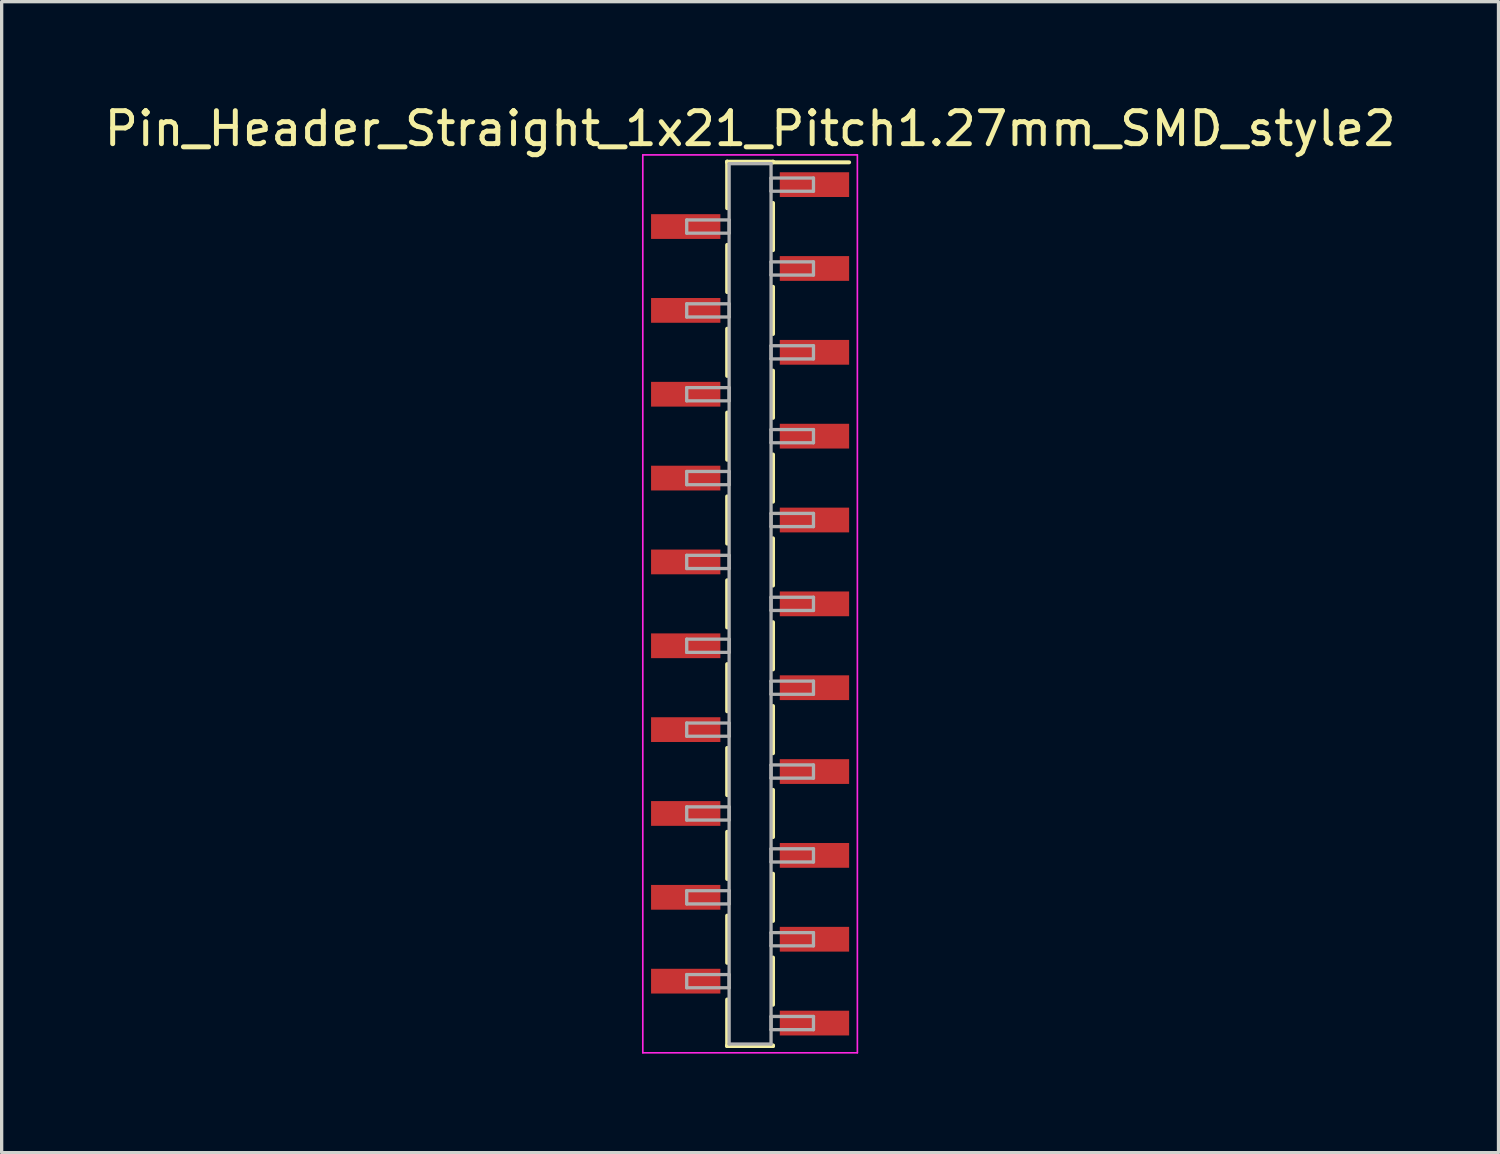
<source format=kicad_pcb>
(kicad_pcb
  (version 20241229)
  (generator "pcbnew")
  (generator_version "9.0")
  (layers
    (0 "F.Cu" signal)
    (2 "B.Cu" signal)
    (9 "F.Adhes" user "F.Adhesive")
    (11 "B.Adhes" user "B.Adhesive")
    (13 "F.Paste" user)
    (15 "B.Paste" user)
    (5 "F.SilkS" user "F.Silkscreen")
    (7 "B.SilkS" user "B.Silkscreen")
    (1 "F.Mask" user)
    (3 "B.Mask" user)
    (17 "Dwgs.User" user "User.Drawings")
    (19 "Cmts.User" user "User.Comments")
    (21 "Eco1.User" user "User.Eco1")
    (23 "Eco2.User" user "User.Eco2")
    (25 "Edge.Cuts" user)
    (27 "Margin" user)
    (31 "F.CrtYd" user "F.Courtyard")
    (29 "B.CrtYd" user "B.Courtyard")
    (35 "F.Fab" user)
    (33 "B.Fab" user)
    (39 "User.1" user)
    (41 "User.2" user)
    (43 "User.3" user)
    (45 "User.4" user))
  (footprint "Pin_Header_Straight_1x21_Pitch1.27mm_SMD_style2"
    (layer "F.Cu")
    (at 19.673 15.243)
    (property "Reference" "Pin_Header_Straight_1x21_Pitch1.27mm_SMD_style2" (at 0 -14.395 0) (layer "F.SilkS") (effects (font (size 1 1) (thickness 0.15))))
    (attr smd)
    (fp_line (start -0.695 -13.395) (end -0.695 -11.985) (stroke (width 0.12) (type solid)) (layer "F.SilkS"))
    (fp_line (start -0.695 -13.395) (end 0.695 -13.395) (stroke (width 0.12) (type solid)) (layer "F.SilkS"))
    (fp_line (start -0.695 -13.375) (end -0.695 -13.395) (stroke (width 0.12) (type solid)) (layer "F.SilkS"))
    (fp_line (start -0.695 -10.875) (end -0.695 -9.445) (stroke (width 0.12) (type solid)) (layer "F.SilkS"))
    (fp_line (start -0.695 -8.335) (end -0.695 -6.905) (stroke (width 0.12) (type solid)) (layer "F.SilkS"))
    (fp_line (start -0.695 -5.795) (end -0.695 -4.365) (stroke (width 0.12) (type solid)) (layer "F.SilkS"))
    (fp_line (start -0.695 -3.255) (end -0.695 -1.825) (stroke (width 0.12) (type solid)) (layer "F.SilkS"))
    (fp_line (start -0.695 -0.715) (end -0.695 0.715) (stroke (width 0.12) (type solid)) (layer "F.SilkS"))
    (fp_line (start -0.695 1.825) (end -0.695 3.255) (stroke (width 0.12) (type solid)) (layer "F.SilkS"))
    (fp_line (start -0.695 4.365) (end -0.695 5.795) (stroke (width 0.12) (type solid)) (layer "F.SilkS"))
    (fp_line (start -0.695 6.905) (end -0.695 8.335) (stroke (width 0.12) (type solid)) (layer "F.SilkS"))
    (fp_line (start -0.695 9.445) (end -0.695 10.875) (stroke (width 0.12) (type solid)) (layer "F.SilkS"))
    (fp_line (start -0.695 11.985) (end -0.695 13.395) (stroke (width 0.12) (type solid)) (layer "F.SilkS"))
    (fp_line (start -0.695 13.375) (end -0.695 13.395) (stroke (width 0.12) (type solid)) (layer "F.SilkS"))
    (fp_line (start -0.695 13.395) (end 0.695 13.395) (stroke (width 0.12) (type solid)) (layer "F.SilkS"))
    (fp_line (start 0.695 -13.395) (end 0.695 -13.375) (stroke (width 0.12) (type solid)) (layer "F.SilkS"))
    (fp_line (start 0.695 -13.375) (end 3 -13.375) (stroke (width 0.12) (type solid)) (layer "F.SilkS"))
    (fp_line (start 0.695 -12.145) (end 0.695 -10.715) (stroke (width 0.12) (type solid)) (layer "F.SilkS"))
    (fp_line (start 0.695 -9.605) (end 0.695 -8.175) (stroke (width 0.12) (type solid)) (layer "F.SilkS"))
    (fp_line (start 0.695 -7.065) (end 0.695 -5.635) (stroke (width 0.12) (type solid)) (layer "F.SilkS"))
    (fp_line (start 0.695 -4.525) (end 0.695 -3.095) (stroke (width 0.12) (type solid)) (layer "F.SilkS"))
    (fp_line (start 0.695 -1.985) (end 0.695 -0.555) (stroke (width 0.12) (type solid)) (layer "F.SilkS"))
    (fp_line (start 0.695 0.555) (end 0.695 1.985) (stroke (width 0.12) (type solid)) (layer "F.SilkS"))
    (fp_line (start 0.695 3.095) (end 0.695 4.525) (stroke (width 0.12) (type solid)) (layer "F.SilkS"))
    (fp_line (start 0.695 5.635) (end 0.695 7.065) (stroke (width 0.12) (type solid)) (layer "F.SilkS"))
    (fp_line (start 0.695 8.175) (end 0.695 9.605) (stroke (width 0.12) (type solid)) (layer "F.SilkS"))
    (fp_line (start 0.695 10.715) (end 0.695 12.145) (stroke (width 0.12) (type solid)) (layer "F.SilkS"))
    (fp_line (start 0.695 13.395) (end 0.695 13.375) (stroke (width 0.12) (type solid)) (layer "F.SilkS"))
    (fp_line (start -3.25 -13.6) (end -3.25 13.6) (stroke (width 0.05) (type solid)) (layer "F.CrtYd"))
    (fp_line (start -3.25 13.6) (end 3.25 13.6) (stroke (width 0.05) (type solid)) (layer "F.CrtYd"))
    (fp_line (start 3.25 -13.6) (end -3.25 -13.6) (stroke (width 0.05) (type solid)) (layer "F.CrtYd"))
    (fp_line (start 3.25 13.6) (end 3.25 -13.6) (stroke (width 0.05) (type solid)) (layer "F.CrtYd"))
    (fp_line (start -1.92 -11.63) (end -0.635 -11.63) (stroke (width 0.1) (type solid)) (layer "F.Fab"))
    (fp_line (start -1.92 -11.23) (end -1.92 -11.63) (stroke (width 0.1) (type solid)) (layer "F.Fab"))
    (fp_line (start -1.92 -9.09) (end -0.635 -9.09) (stroke (width 0.1) (type solid)) (layer "F.Fab"))
    (fp_line (start -1.92 -8.69) (end -1.92 -9.09) (stroke (width 0.1) (type solid)) (layer "F.Fab"))
    (fp_line (start -1.92 -6.55) (end -0.635 -6.55) (stroke (width 0.1) (type solid)) (layer "F.Fab"))
    (fp_line (start -1.92 -6.15) (end -1.92 -6.55) (stroke (width 0.1) (type solid)) (layer "F.Fab"))
    (fp_line (start -1.92 -4.01) (end -0.635 -4.01) (stroke (width 0.1) (type solid)) (layer "F.Fab"))
    (fp_line (start -1.92 -3.61) (end -1.92 -4.01) (stroke (width 0.1) (type solid)) (layer "F.Fab"))
    (fp_line (start -1.92 -1.47) (end -0.635 -1.47) (stroke (width 0.1) (type solid)) (layer "F.Fab"))
    (fp_line (start -1.92 -1.07) (end -1.92 -1.47) (stroke (width 0.1) (type solid)) (layer "F.Fab"))
    (fp_line (start -1.92 1.07) (end -0.635 1.07) (stroke (width 0.1) (type solid)) (layer "F.Fab"))
    (fp_line (start -1.92 1.47) (end -1.92 1.07) (stroke (width 0.1) (type solid)) (layer "F.Fab"))
    (fp_line (start -1.92 3.61) (end -0.635 3.61) (stroke (width 0.1) (type solid)) (layer "F.Fab"))
    (fp_line (start -1.92 4.01) (end -1.92 3.61) (stroke (width 0.1) (type solid)) (layer "F.Fab"))
    (fp_line (start -1.92 6.15) (end -0.635 6.15) (stroke (width 0.1) (type solid)) (layer "F.Fab"))
    (fp_line (start -1.92 6.55) (end -1.92 6.15) (stroke (width 0.1) (type solid)) (layer "F.Fab"))
    (fp_line (start -1.92 8.69) (end -0.635 8.69) (stroke (width 0.1) (type solid)) (layer "F.Fab"))
    (fp_line (start -1.92 9.09) (end -1.92 8.69) (stroke (width 0.1) (type solid)) (layer "F.Fab"))
    (fp_line (start -1.92 11.23) (end -0.635 11.23) (stroke (width 0.1) (type solid)) (layer "F.Fab"))
    (fp_line (start -1.92 11.63) (end -1.92 11.23) (stroke (width 0.1) (type solid)) (layer "F.Fab"))
    (fp_line (start -0.635 -13.335) (end -0.635 13.335) (stroke (width 0.1) (type solid)) (layer "F.Fab"))
    (fp_line (start -0.635 -11.63) (end -0.635 -11.23) (stroke (width 0.1) (type solid)) (layer "F.Fab"))
    (fp_line (start -0.635 -11.23) (end -1.92 -11.23) (stroke (width 0.1) (type solid)) (layer "F.Fab"))
    (fp_line (start -0.635 -9.09) (end -0.635 -8.69) (stroke (width 0.1) (type solid)) (layer "F.Fab"))
    (fp_line (start -0.635 -8.69) (end -1.92 -8.69) (stroke (width 0.1) (type solid)) (layer "F.Fab"))
    (fp_line (start -0.635 -6.55) (end -0.635 -6.15) (stroke (width 0.1) (type solid)) (layer "F.Fab"))
    (fp_line (start -0.635 -6.15) (end -1.92 -6.15) (stroke (width 0.1) (type solid)) (layer "F.Fab"))
    (fp_line (start -0.635 -4.01) (end -0.635 -3.61) (stroke (width 0.1) (type solid)) (layer "F.Fab"))
    (fp_line (start -0.635 -3.61) (end -1.92 -3.61) (stroke (width 0.1) (type solid)) (layer "F.Fab"))
    (fp_line (start -0.635 -1.47) (end -0.635 -1.07) (stroke (width 0.1) (type solid)) (layer "F.Fab"))
    (fp_line (start -0.635 -1.07) (end -1.92 -1.07) (stroke (width 0.1) (type solid)) (layer "F.Fab"))
    (fp_line (start -0.635 1.07) (end -0.635 1.47) (stroke (width 0.1) (type solid)) (layer "F.Fab"))
    (fp_line (start -0.635 1.47) (end -1.92 1.47) (stroke (width 0.1) (type solid)) (layer "F.Fab"))
    (fp_line (start -0.635 3.61) (end -0.635 4.01) (stroke (width 0.1) (type solid)) (layer "F.Fab"))
    (fp_line (start -0.635 4.01) (end -1.92 4.01) (stroke (width 0.1) (type solid)) (layer "F.Fab"))
    (fp_line (start -0.635 6.15) (end -0.635 6.55) (stroke (width 0.1) (type solid)) (layer "F.Fab"))
    (fp_line (start -0.635 6.55) (end -1.92 6.55) (stroke (width 0.1) (type solid)) (layer "F.Fab"))
    (fp_line (start -0.635 8.69) (end -0.635 9.09) (stroke (width 0.1) (type solid)) (layer "F.Fab"))
    (fp_line (start -0.635 9.09) (end -1.92 9.09) (stroke (width 0.1) (type solid)) (layer "F.Fab"))
    (fp_line (start -0.635 11.23) (end -0.635 11.63) (stroke (width 0.1) (type solid)) (layer "F.Fab"))
    (fp_line (start -0.635 11.63) (end -1.92 11.63) (stroke (width 0.1) (type solid)) (layer "F.Fab"))
    (fp_line (start -0.635 13.335) (end 0.635 13.335) (stroke (width 0.1) (type solid)) (layer "F.Fab"))
    (fp_line (start 0.635 -13.335) (end -0.635 -13.335) (stroke (width 0.1) (type solid)) (layer "F.Fab"))
    (fp_line (start 0.635 -12.9) (end 0.635 -12.5) (stroke (width 0.1) (type solid)) (layer "F.Fab"))
    (fp_line (start 0.635 -12.5) (end 1.92 -12.5) (stroke (width 0.1) (type solid)) (layer "F.Fab"))
    (fp_line (start 0.635 -10.36) (end 0.635 -9.96) (stroke (width 0.1) (type solid)) (layer "F.Fab"))
    (fp_line (start 0.635 -9.96) (end 1.92 -9.96) (stroke (width 0.1) (type solid)) (layer "F.Fab"))
    (fp_line (start 0.635 -7.82) (end 0.635 -7.42) (stroke (width 0.1) (type solid)) (layer "F.Fab"))
    (fp_line (start 0.635 -7.42) (end 1.92 -7.42) (stroke (width 0.1) (type solid)) (layer "F.Fab"))
    (fp_line (start 0.635 -5.28) (end 0.635 -4.88) (stroke (width 0.1) (type solid)) (layer "F.Fab"))
    (fp_line (start 0.635 -4.88) (end 1.92 -4.88) (stroke (width 0.1) (type solid)) (layer "F.Fab"))
    (fp_line (start 0.635 -2.74) (end 0.635 -2.34) (stroke (width 0.1) (type solid)) (layer "F.Fab"))
    (fp_line (start 0.635 -2.34) (end 1.92 -2.34) (stroke (width 0.1) (type solid)) (layer "F.Fab"))
    (fp_line (start 0.635 -0.2) (end 0.635 0.2) (stroke (width 0.1) (type solid)) (layer "F.Fab"))
    (fp_line (start 0.635 0.2) (end 1.92 0.2) (stroke (width 0.1) (type solid)) (layer "F.Fab"))
    (fp_line (start 0.635 2.34) (end 0.635 2.74) (stroke (width 0.1) (type solid)) (layer "F.Fab"))
    (fp_line (start 0.635 2.74) (end 1.92 2.74) (stroke (width 0.1) (type solid)) (layer "F.Fab"))
    (fp_line (start 0.635 4.88) (end 0.635 5.28) (stroke (width 0.1) (type solid)) (layer "F.Fab"))
    (fp_line (start 0.635 5.28) (end 1.92 5.28) (stroke (width 0.1) (type solid)) (layer "F.Fab"))
    (fp_line (start 0.635 7.42) (end 0.635 7.82) (stroke (width 0.1) (type solid)) (layer "F.Fab"))
    (fp_line (start 0.635 7.82) (end 1.92 7.82) (stroke (width 0.1) (type solid)) (layer "F.Fab"))
    (fp_line (start 0.635 9.96) (end 0.635 10.36) (stroke (width 0.1) (type solid)) (layer "F.Fab"))
    (fp_line (start 0.635 10.36) (end 1.92 10.36) (stroke (width 0.1) (type solid)) (layer "F.Fab"))
    (fp_line (start 0.635 12.5) (end 0.635 12.9) (stroke (width 0.1) (type solid)) (layer "F.Fab"))
    (fp_line (start 0.635 12.9) (end 1.92 12.9) (stroke (width 0.1) (type solid)) (layer "F.Fab"))
    (fp_line (start 0.635 13.335) (end 0.635 -13.335) (stroke (width 0.1) (type solid)) (layer "F.Fab"))
    (fp_line (start 1.92 -12.9) (end 0.635 -12.9) (stroke (width 0.1) (type solid)) (layer "F.Fab"))
    (fp_line (start 1.92 -12.5) (end 1.92 -12.9) (stroke (width 0.1) (type solid)) (layer "F.Fab"))
    (fp_line (start 1.92 -10.36) (end 0.635 -10.36) (stroke (width 0.1) (type solid)) (layer "F.Fab"))
    (fp_line (start 1.92 -9.96) (end 1.92 -10.36) (stroke (width 0.1) (type solid)) (layer "F.Fab"))
    (fp_line (start 1.92 -7.82) (end 0.635 -7.82) (stroke (width 0.1) (type solid)) (layer "F.Fab"))
    (fp_line (start 1.92 -7.42) (end 1.92 -7.82) (stroke (width 0.1) (type solid)) (layer "F.Fab"))
    (fp_line (start 1.92 -5.28) (end 0.635 -5.28) (stroke (width 0.1) (type solid)) (layer "F.Fab"))
    (fp_line (start 1.92 -4.88) (end 1.92 -5.28) (stroke (width 0.1) (type solid)) (layer "F.Fab"))
    (fp_line (start 1.92 -2.74) (end 0.635 -2.74) (stroke (width 0.1) (type solid)) (layer "F.Fab"))
    (fp_line (start 1.92 -2.34) (end 1.92 -2.74) (stroke (width 0.1) (type solid)) (layer "F.Fab"))
    (fp_line (start 1.92 -0.2) (end 0.635 -0.2) (stroke (width 0.1) (type solid)) (layer "F.Fab"))
    (fp_line (start 1.92 0.2) (end 1.92 -0.2) (stroke (width 0.1) (type solid)) (layer "F.Fab"))
    (fp_line (start 1.92 2.34) (end 0.635 2.34) (stroke (width 0.1) (type solid)) (layer "F.Fab"))
    (fp_line (start 1.92 2.74) (end 1.92 2.34) (stroke (width 0.1) (type solid)) (layer "F.Fab"))
    (fp_line (start 1.92 4.88) (end 0.635 4.88) (stroke (width 0.1) (type solid)) (layer "F.Fab"))
    (fp_line (start 1.92 5.28) (end 1.92 4.88) (stroke (width 0.1) (type solid)) (layer "F.Fab"))
    (fp_line (start 1.92 7.42) (end 0.635 7.42) (stroke (width 0.1) (type solid)) (layer "F.Fab"))
    (fp_line (start 1.92 7.82) (end 1.92 7.42) (stroke (width 0.1) (type solid)) (layer "F.Fab"))
    (fp_line (start 1.92 9.96) (end 0.635 9.96) (stroke (width 0.1) (type solid)) (layer "F.Fab"))
    (fp_line (start 1.92 10.36) (end 1.92 9.96) (stroke (width 0.1) (type solid)) (layer "F.Fab"))
    (fp_line (start 1.92 12.5) (end 0.635 12.5) (stroke (width 0.1) (type solid)) (layer "F.Fab"))
    (fp_line (start 1.92 12.9) (end 1.92 12.5) (stroke (width 0.1) (type solid)) (layer "F.Fab"))
    (pad "1" smd rect (at 1.95 -12.7) (size 2.1 0.75) (layers "F.Cu" "F.Mask"))
    (pad "2" smd rect (at -1.95 -11.43) (size 2.1 0.75) (layers "F.Cu" "F.Mask"))
    (pad "3" smd rect (at 1.95 -10.16) (size 2.1 0.75) (layers "F.Cu" "F.Mask"))
    (pad "4" smd rect (at -1.95 -8.89) (size 2.1 0.75) (layers "F.Cu" "F.Mask"))
    (pad "5" smd rect (at 1.95 -7.62) (size 2.1 0.75) (layers "F.Cu" "F.Mask"))
    (pad "6" smd rect (at -1.95 -6.35) (size 2.1 0.75) (layers "F.Cu" "F.Mask"))
    (pad "7" smd rect (at 1.95 -5.08) (size 2.1 0.75) (layers "F.Cu" "F.Mask"))
    (pad "8" smd rect (at -1.95 -3.81) (size 2.1 0.75) (layers "F.Cu" "F.Mask"))
    (pad "9" smd rect (at 1.95 -2.54) (size 2.1 0.75) (layers "F.Cu" "F.Mask"))
    (pad "10" smd rect (at -1.95 -1.27) (size 2.1 0.75) (layers "F.Cu" "F.Mask"))
    (pad "11" smd rect (at 1.95 0) (size 2.1 0.75) (layers "F.Cu" "F.Mask"))
    (pad "12" smd rect (at -1.95 1.27) (size 2.1 0.75) (layers "F.Cu" "F.Mask"))
    (pad "13" smd rect (at 1.95 2.54) (size 2.1 0.75) (layers "F.Cu" "F.Mask"))
    (pad "14" smd rect (at -1.95 3.81) (size 2.1 0.75) (layers "F.Cu" "F.Mask"))
    (pad "15" smd rect (at 1.95 5.08) (size 2.1 0.75) (layers "F.Cu" "F.Mask"))
    (pad "16" smd rect (at -1.95 6.35) (size 2.1 0.75) (layers "F.Cu" "F.Mask"))
    (pad "17" smd rect (at 1.95 7.62) (size 2.1 0.75) (layers "F.Cu" "F.Mask"))
    (pad "18" smd rect (at -1.95 8.89) (size 2.1 0.75) (layers "F.Cu" "F.Mask"))
    (pad "19" smd rect (at 1.95 10.16) (size 2.1 0.75) (layers "F.Cu" "F.Mask"))
    (pad "20" smd rect (at -1.95 11.43) (size 2.1 0.75) (layers "F.Cu" "F.Mask"))
    (pad "21" smd rect (at 1.95 12.7) (size 2.1 0.75) (layers "F.Cu" "F.Mask")))
  (gr_rect
    (start -3 -3)
    (end 42.345 31.868)
    (stroke (width 0.1) (type default))
    (fill no)
    (layer "Edge.Cuts")))
</source>
